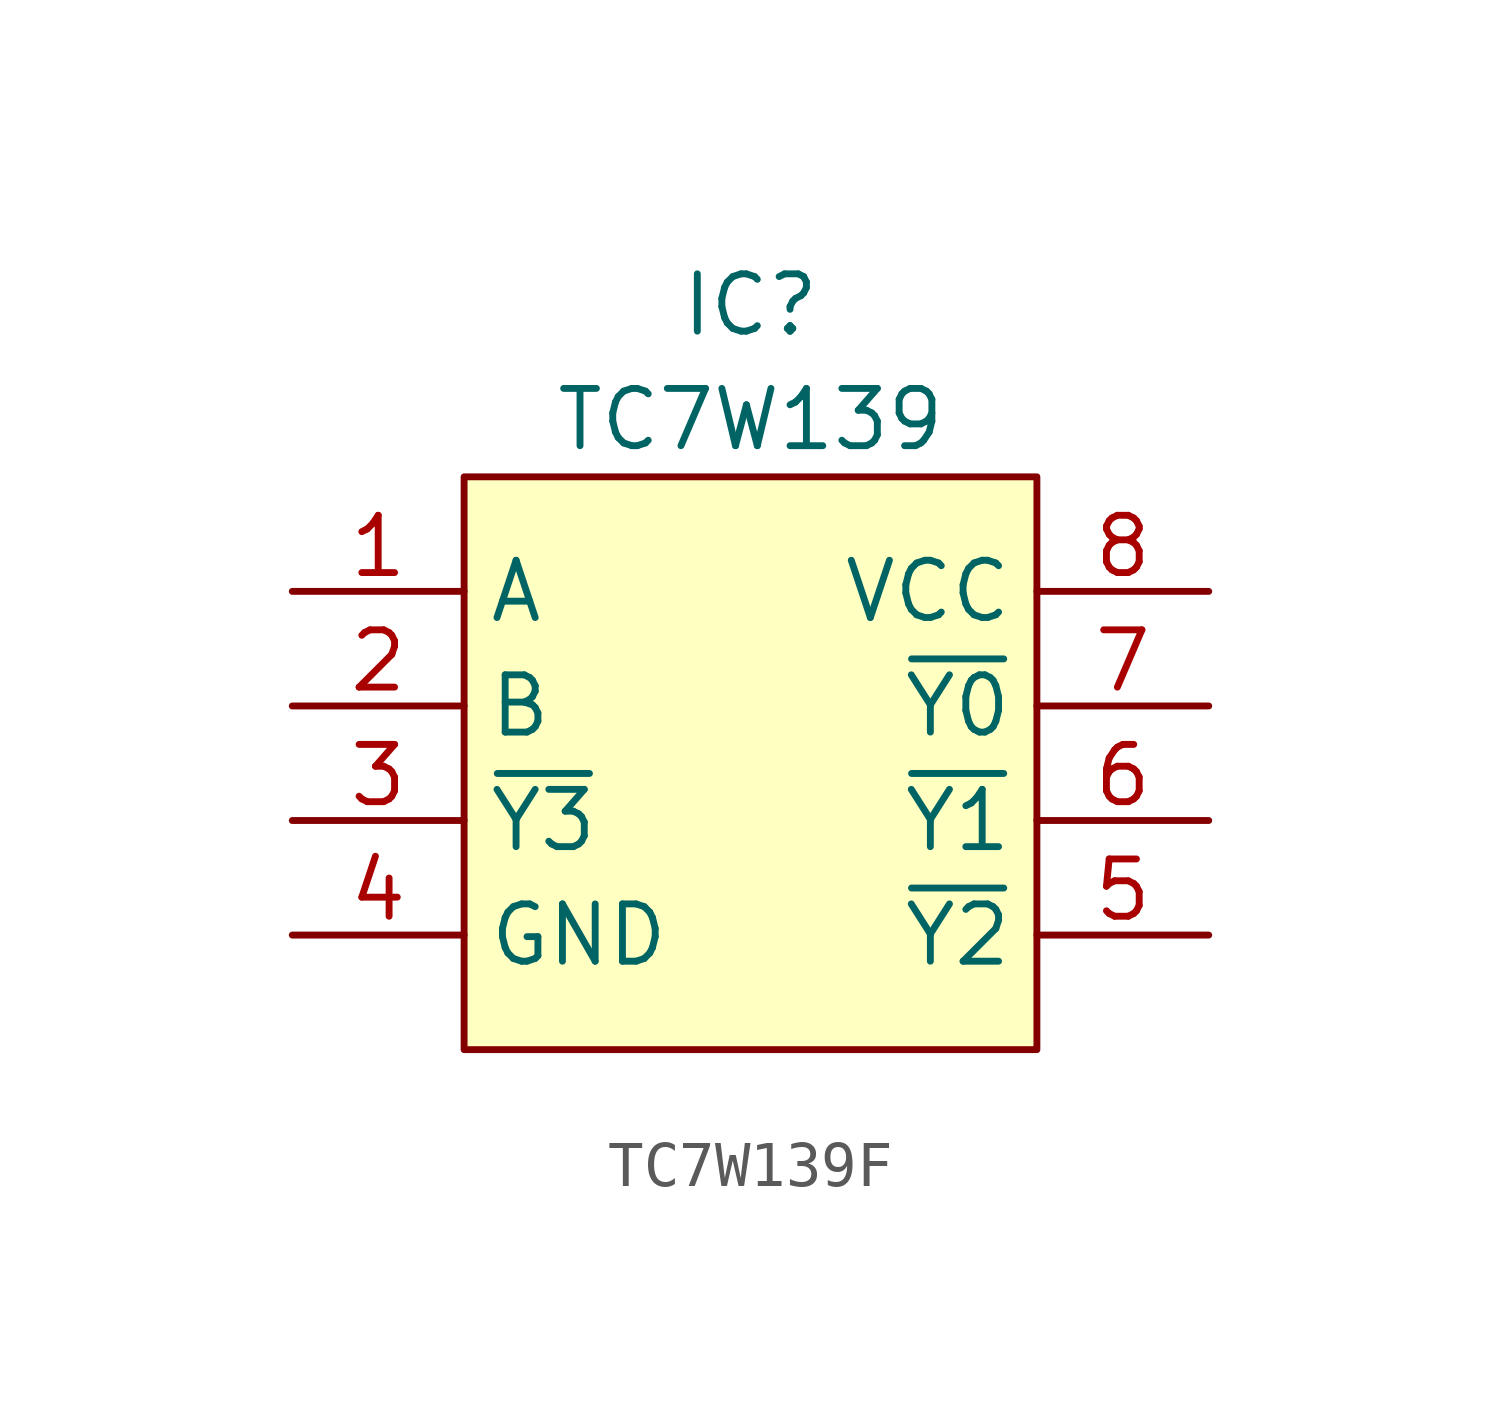
<source format=kicad_sym>
(kicad_symbol_lib
  (version 20220914)
  (generator kicad_symbol_editor)
  (symbol "TC7W139F"
    (property "Reference" "IC"
      (at 6.35 3.81 0)
      (effects (font (size 1.27 1.27))))
    (property "Value" "TC7W139"
      (at 6.35 1.27 0)
      (effects (font (size 1.27 1.27))))
    (symbol "TC7W139F_0_1"
      (rectangle (start 0 0) (end 12.7 -12.7) (stroke (width 0) (type default)) (fill (type background))))
    (symbol "TC7W139F_1_1"
      (pin input line (at -3.81 -2.54 0) (length 3.81) (name "A" (effects (font (size 1.27 1.27)))) (number "1" (effects (font (size 1.27 1.27)))))
      (pin input line (at -3.81 -5.08 0) (length 3.81) (name "B" (effects (font (size 1.27 1.27)))) (number "2" (effects (font (size 1.27 1.27)))))
      (pin output line (at -3.81 -7.62 0) (length 3.81) (name "~{Y3}" (effects (font (size 1.27 1.27)))) (number "3" (effects (font (size 1.27 1.27)))))
      (pin power_in line (at -3.81 -10.16 0) (length 3.81) (name "GND" (effects (font (size 1.27 1.27)))) (number "4" (effects (font (size 1.27 1.27)))))
      (pin output line (at 16.51 -10.16 180) (length 3.81) (name "~{Y2}" (effects (font (size 1.27 1.27)))) (number "5" (effects (font (size 1.27 1.27)))))
      (pin output line (at 16.51 -7.62 180) (length 3.81) (name "~{Y1}" (effects (font (size 1.27 1.27)))) (number "6" (effects (font (size 1.27 1.27)))))
      (pin output line (at 16.51 -5.08 180) (length 3.81) (name "~{Y0}" (effects (font (size 1.27 1.27)))) (number "7" (effects (font (size 1.27 1.27)))))
      (pin power_in line (at 16.51 -2.54 180) (length 3.81) (name "VCC" (effects (font (size 1.27 1.27)))) (number "8" (effects (font (size 1.27 1.27))))))))
</source>
